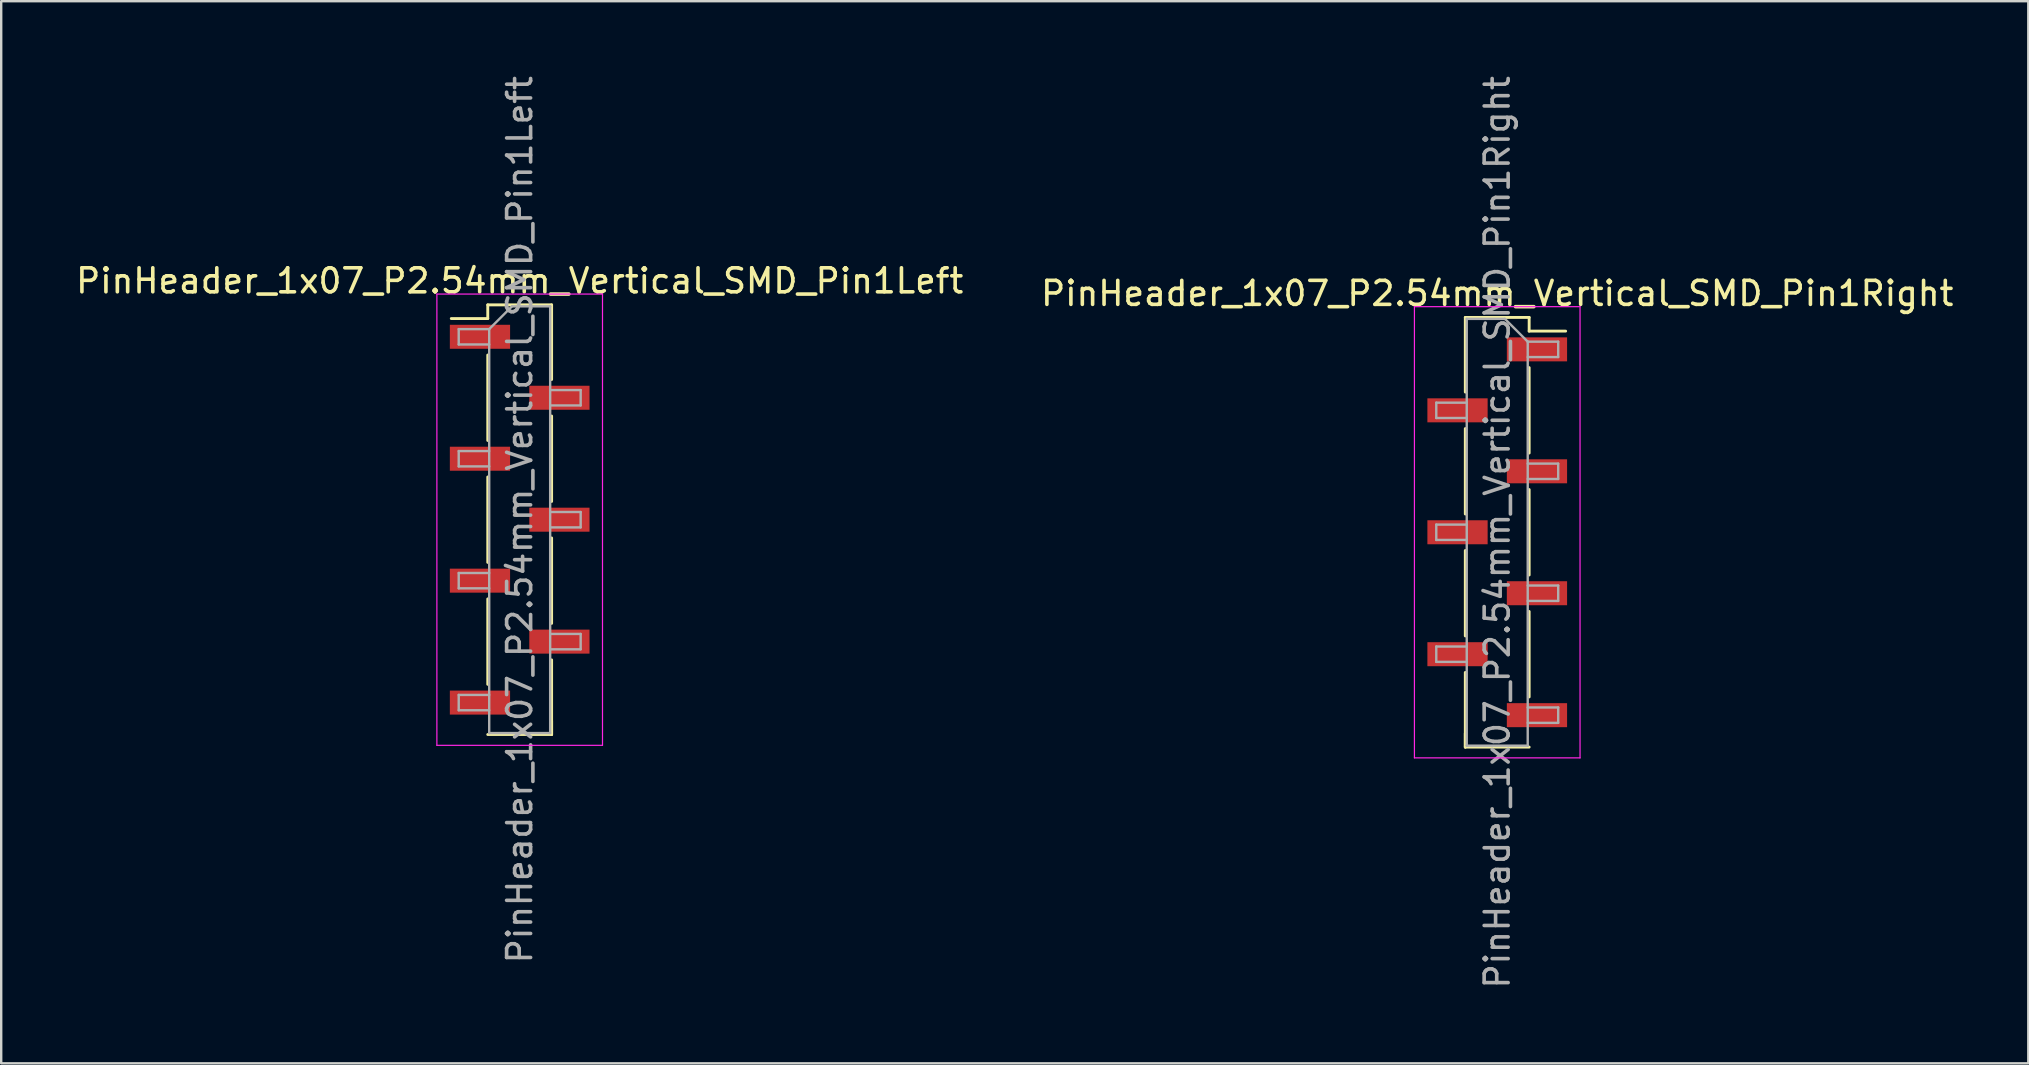
<source format=kicad_pcb>
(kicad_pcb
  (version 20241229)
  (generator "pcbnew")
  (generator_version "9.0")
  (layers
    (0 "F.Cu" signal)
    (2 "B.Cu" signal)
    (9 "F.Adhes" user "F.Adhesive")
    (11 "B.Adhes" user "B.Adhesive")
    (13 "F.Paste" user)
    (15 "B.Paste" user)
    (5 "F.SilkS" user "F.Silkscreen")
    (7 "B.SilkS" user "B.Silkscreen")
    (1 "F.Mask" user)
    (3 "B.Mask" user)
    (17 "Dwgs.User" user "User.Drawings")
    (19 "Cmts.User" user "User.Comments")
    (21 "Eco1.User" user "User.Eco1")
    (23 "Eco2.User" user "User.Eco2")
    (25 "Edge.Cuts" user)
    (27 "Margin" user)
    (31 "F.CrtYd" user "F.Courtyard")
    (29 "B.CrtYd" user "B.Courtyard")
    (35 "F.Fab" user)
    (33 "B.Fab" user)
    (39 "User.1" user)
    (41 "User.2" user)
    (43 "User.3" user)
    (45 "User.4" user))
  (footprint "PinHeader_1x07_P2.54mm_Vertical_SMD_Pin1Left"
    (layer "F.Cu")
    (at 18.601 18.601)
    (property "Reference" "PinHeader_1x07_P2.54mm_Vertical_SMD_Pin1Left" (at 0 -9.95 0) (layer "F.SilkS") (effects (font (size 1 1) (thickness 0.15))))
    (attr smd)
    (fp_line (start -1.33 -8.95) (end -1.33 -8.38) (stroke (width 0.12) (type solid)) (layer "F.SilkS"))
    (fp_line (start -1.33 -8.95) (end 1.33 -8.95) (stroke (width 0.12) (type solid)) (layer "F.SilkS"))
    (fp_line (start -1.33 -8.38) (end -2.85 -8.38) (stroke (width 0.12) (type solid)) (layer "F.SilkS"))
    (fp_line (start -1.33 -6.86) (end -1.33 -3.3) (stroke (width 0.12) (type solid)) (layer "F.SilkS"))
    (fp_line (start -1.33 -1.78) (end -1.33 1.78) (stroke (width 0.12) (type solid)) (layer "F.SilkS"))
    (fp_line (start -1.33 3.3) (end -1.33 6.86) (stroke (width 0.12) (type solid)) (layer "F.SilkS"))
    (fp_line (start -1.33 8.95) (end 1.33 8.95) (stroke (width 0.12) (type solid)) (layer "F.SilkS"))
    (fp_line (start 1.33 -8.95) (end 1.33 -5.84) (stroke (width 0.12) (type solid)) (layer "F.SilkS"))
    (fp_line (start 1.33 -4.32) (end 1.33 -0.76) (stroke (width 0.12) (type solid)) (layer "F.SilkS"))
    (fp_line (start 1.33 0.76) (end 1.33 4.32) (stroke (width 0.12) (type solid)) (layer "F.SilkS"))
    (fp_line (start 1.33 5.84) (end 1.33 8.95) (stroke (width 0.12) (type solid)) (layer "F.SilkS"))
    (fp_line (start 1.33 8.38) (end 1.33 8.95) (stroke (width 0.12) (type solid)) (layer "F.SilkS"))
    (fp_line (start -3.45 -9.4) (end -3.45 9.4) (stroke (width 0.05) (type solid)) (layer "F.CrtYd"))
    (fp_line (start -3.45 9.4) (end 3.45 9.4) (stroke (width 0.05) (type solid)) (layer "F.CrtYd"))
    (fp_line (start 3.45 -9.4) (end -3.45 -9.4) (stroke (width 0.05) (type solid)) (layer "F.CrtYd"))
    (fp_line (start 3.45 9.4) (end 3.45 -9.4) (stroke (width 0.05) (type solid)) (layer "F.CrtYd"))
    (fp_line (start -2.54 -7.94) (end -2.54 -7.3) (stroke (width 0.1) (type solid)) (layer "F.Fab"))
    (fp_line (start -2.54 -7.3) (end -1.27 -7.3) (stroke (width 0.1) (type solid)) (layer "F.Fab"))
    (fp_line (start -2.54 -2.86) (end -2.54 -2.22) (stroke (width 0.1) (type solid)) (layer "F.Fab"))
    (fp_line (start -2.54 -2.22) (end -1.27 -2.22) (stroke (width 0.1) (type solid)) (layer "F.Fab"))
    (fp_line (start -2.54 2.22) (end -2.54 2.86) (stroke (width 0.1) (type solid)) (layer "F.Fab"))
    (fp_line (start -2.54 2.86) (end -1.27 2.86) (stroke (width 0.1) (type solid)) (layer "F.Fab"))
    (fp_line (start -2.54 7.3) (end -2.54 7.94) (stroke (width 0.1) (type solid)) (layer "F.Fab"))
    (fp_line (start -2.54 7.94) (end -1.27 7.94) (stroke (width 0.1) (type solid)) (layer "F.Fab"))
    (fp_line (start -1.27 -7.94) (end -2.54 -7.94) (stroke (width 0.1) (type solid)) (layer "F.Fab"))
    (fp_line (start -1.27 -7.94) (end -0.32 -8.89) (stroke (width 0.1) (type solid)) (layer "F.Fab"))
    (fp_line (start -1.27 -2.86) (end -2.54 -2.86) (stroke (width 0.1) (type solid)) (layer "F.Fab"))
    (fp_line (start -1.27 2.22) (end -2.54 2.22) (stroke (width 0.1) (type solid)) (layer "F.Fab"))
    (fp_line (start -1.27 7.3) (end -2.54 7.3) (stroke (width 0.1) (type solid)) (layer "F.Fab"))
    (fp_line (start -1.27 8.89) (end -1.27 -7.94) (stroke (width 0.1) (type solid)) (layer "F.Fab"))
    (fp_line (start -0.32 -8.89) (end 1.27 -8.89) (stroke (width 0.1) (type solid)) (layer "F.Fab"))
    (fp_line (start 1.27 -8.89) (end 1.27 8.89) (stroke (width 0.1) (type solid)) (layer "F.Fab"))
    (fp_line (start 1.27 -5.4) (end 2.54 -5.4) (stroke (width 0.1) (type solid)) (layer "F.Fab"))
    (fp_line (start 1.27 -0.32) (end 2.54 -0.32) (stroke (width 0.1) (type solid)) (layer "F.Fab"))
    (fp_line (start 1.27 4.76) (end 2.54 4.76) (stroke (width 0.1) (type solid)) (layer "F.Fab"))
    (fp_line (start 1.27 8.89) (end -1.27 8.89) (stroke (width 0.1) (type solid)) (layer "F.Fab"))
    (fp_line (start 2.54 -5.4) (end 2.54 -4.76) (stroke (width 0.1) (type solid)) (layer "F.Fab"))
    (fp_line (start 2.54 -4.76) (end 1.27 -4.76) (stroke (width 0.1) (type solid)) (layer "F.Fab"))
    (fp_line (start 2.54 -0.32) (end 2.54 0.32) (stroke (width 0.1) (type solid)) (layer "F.Fab"))
    (fp_line (start 2.54 0.32) (end 1.27 0.32) (stroke (width 0.1) (type solid)) (layer "F.Fab"))
    (fp_line (start 2.54 4.76) (end 2.54 5.4) (stroke (width 0.1) (type solid)) (layer "F.Fab"))
    (fp_line (start 2.54 5.4) (end 1.27 5.4) (stroke (width 0.1) (type solid)) (layer "F.Fab"))
    (fp_text user "${REFERENCE}" (at 0 0 90) (layer "F.Fab") (effects (font (size 1 1) (thickness 0.15))))
    (pad "1" smd rect (at -1.655 -7.62) (size 2.51 1) (layers "F.Cu" "F.Mask" "F.Paste"))
    (pad "2" smd rect (at 1.655 -5.08) (size 2.51 1) (layers "F.Cu" "F.Mask" "F.Paste"))
    (pad "3" smd rect (at -1.655 -2.54) (size 2.51 1) (layers "F.Cu" "F.Mask" "F.Paste"))
    (pad "4" smd rect (at 1.655 0) (size 2.51 1) (layers "F.Cu" "F.Mask" "F.Paste"))
    (pad "5" smd rect (at -1.655 2.54) (size 2.51 1) (layers "F.Cu" "F.Mask" "F.Paste"))
    (pad "6" smd rect (at 1.655 5.08) (size 2.51 1) (layers "F.Cu" "F.Mask" "F.Paste"))
    (pad "7" smd rect (at -1.655 7.62) (size 2.51 1) (layers "F.Cu" "F.Mask" "F.Paste")))
  (footprint "PinHeader_1x07_P2.54mm_Vertical_SMD_Pin1Right"
    (layer "F.Cu")
    (at 59.327 19.125)
    (property "Reference" "PinHeader_1x07_P2.54mm_Vertical_SMD_Pin1Right" (at 0 -9.95 0) (layer "F.SilkS") (effects (font (size 1 1) (thickness 0.15))))
    (attr smd)
    (fp_line (start -1.33 -8.95) (end -1.33 -5.84) (stroke (width 0.12) (type solid)) (layer "F.SilkS"))
    (fp_line (start -1.33 -8.95) (end 1.33 -8.95) (stroke (width 0.12) (type solid)) (layer "F.SilkS"))
    (fp_line (start -1.33 -4.32) (end -1.33 -0.76) (stroke (width 0.12) (type solid)) (layer "F.SilkS"))
    (fp_line (start -1.33 0.76) (end -1.33 4.32) (stroke (width 0.12) (type solid)) (layer "F.SilkS"))
    (fp_line (start -1.33 5.84) (end -1.33 8.95) (stroke (width 0.12) (type solid)) (layer "F.SilkS"))
    (fp_line (start -1.33 8.38) (end -1.33 8.95) (stroke (width 0.12) (type solid)) (layer "F.SilkS"))
    (fp_line (start -1.33 8.95) (end 1.33 8.95) (stroke (width 0.12) (type solid)) (layer "F.SilkS"))
    (fp_line (start 1.33 -8.95) (end 1.33 -8.38) (stroke (width 0.12) (type solid)) (layer "F.SilkS"))
    (fp_line (start 1.33 -8.38) (end 2.85 -8.38) (stroke (width 0.12) (type solid)) (layer "F.SilkS"))
    (fp_line (start 1.33 -6.86) (end 1.33 -3.3) (stroke (width 0.12) (type solid)) (layer "F.SilkS"))
    (fp_line (start 1.33 -1.78) (end 1.33 1.78) (stroke (width 0.12) (type solid)) (layer "F.SilkS"))
    (fp_line (start 1.33 3.3) (end 1.33 6.86) (stroke (width 0.12) (type solid)) (layer "F.SilkS"))
    (fp_line (start -3.45 -9.4) (end -3.45 9.4) (stroke (width 0.05) (type solid)) (layer "F.CrtYd"))
    (fp_line (start -3.45 9.4) (end 3.45 9.4) (stroke (width 0.05) (type solid)) (layer "F.CrtYd"))
    (fp_line (start 3.45 -9.4) (end -3.45 -9.4) (stroke (width 0.05) (type solid)) (layer "F.CrtYd"))
    (fp_line (start 3.45 9.4) (end 3.45 -9.4) (stroke (width 0.05) (type solid)) (layer "F.CrtYd"))
    (fp_line (start -2.54 -5.4) (end -2.54 -4.76) (stroke (width 0.1) (type solid)) (layer "F.Fab"))
    (fp_line (start -2.54 -4.76) (end -1.27 -4.76) (stroke (width 0.1) (type solid)) (layer "F.Fab"))
    (fp_line (start -2.54 -0.32) (end -2.54 0.32) (stroke (width 0.1) (type solid)) (layer "F.Fab"))
    (fp_line (start -2.54 0.32) (end -1.27 0.32) (stroke (width 0.1) (type solid)) (layer "F.Fab"))
    (fp_line (start -2.54 4.76) (end -2.54 5.4) (stroke (width 0.1) (type solid)) (layer "F.Fab"))
    (fp_line (start -2.54 5.4) (end -1.27 5.4) (stroke (width 0.1) (type solid)) (layer "F.Fab"))
    (fp_line (start -1.27 -8.89) (end -1.27 8.89) (stroke (width 0.1) (type solid)) (layer "F.Fab"))
    (fp_line (start -1.27 -8.89) (end 0.32 -8.89) (stroke (width 0.1) (type solid)) (layer "F.Fab"))
    (fp_line (start -1.27 -5.4) (end -2.54 -5.4) (stroke (width 0.1) (type solid)) (layer "F.Fab"))
    (fp_line (start -1.27 -0.32) (end -2.54 -0.32) (stroke (width 0.1) (type solid)) (layer "F.Fab"))
    (fp_line (start -1.27 4.76) (end -2.54 4.76) (stroke (width 0.1) (type solid)) (layer "F.Fab"))
    (fp_line (start 1.27 -7.94) (end 0.32 -8.89) (stroke (width 0.1) (type solid)) (layer "F.Fab"))
    (fp_line (start 1.27 -7.94) (end 2.54 -7.94) (stroke (width 0.1) (type solid)) (layer "F.Fab"))
    (fp_line (start 1.27 -2.86) (end 2.54 -2.86) (stroke (width 0.1) (type solid)) (layer "F.Fab"))
    (fp_line (start 1.27 2.22) (end 2.54 2.22) (stroke (width 0.1) (type solid)) (layer "F.Fab"))
    (fp_line (start 1.27 7.3) (end 2.54 7.3) (stroke (width 0.1) (type solid)) (layer "F.Fab"))
    (fp_line (start 1.27 8.89) (end -1.27 8.89) (stroke (width 0.1) (type solid)) (layer "F.Fab"))
    (fp_line (start 1.27 8.89) (end 1.27 -7.94) (stroke (width 0.1) (type solid)) (layer "F.Fab"))
    (fp_line (start 2.54 -7.94) (end 2.54 -7.3) (stroke (width 0.1) (type solid)) (layer "F.Fab"))
    (fp_line (start 2.54 -7.3) (end 1.27 -7.3) (stroke (width 0.1) (type solid)) (layer "F.Fab"))
    (fp_line (start 2.54 -2.86) (end 2.54 -2.22) (stroke (width 0.1) (type solid)) (layer "F.Fab"))
    (fp_line (start 2.54 -2.22) (end 1.27 -2.22) (stroke (width 0.1) (type solid)) (layer "F.Fab"))
    (fp_line (start 2.54 2.22) (end 2.54 2.86) (stroke (width 0.1) (type solid)) (layer "F.Fab"))
    (fp_line (start 2.54 2.86) (end 1.27 2.86) (stroke (width 0.1) (type solid)) (layer "F.Fab"))
    (fp_line (start 2.54 7.3) (end 2.54 7.94) (stroke (width 0.1) (type solid)) (layer "F.Fab"))
    (fp_line (start 2.54 7.94) (end 1.27 7.94) (stroke (width 0.1) (type solid)) (layer "F.Fab"))
    (fp_text user "${REFERENCE}" (at 0 0 90) (layer "F.Fab") (effects (font (size 1 1) (thickness 0.15))))
    (pad "1" smd rect (at 1.655 -7.62) (size 2.51 1) (layers "F.Cu" "F.Mask" "F.Paste"))
    (pad "2" smd rect (at -1.655 -5.08) (size 2.51 1) (layers "F.Cu" "F.Mask" "F.Paste"))
    (pad "3" smd rect (at 1.655 -2.54) (size 2.51 1) (layers "F.Cu" "F.Mask" "F.Paste"))
    (pad "4" smd rect (at -1.655 0) (size 2.51 1) (layers "F.Cu" "F.Mask" "F.Paste"))
    (pad "5" smd rect (at 1.655 2.54) (size 2.51 1) (layers "F.Cu" "F.Mask" "F.Paste"))
    (pad "6" smd rect (at -1.655 5.08) (size 2.51 1) (layers "F.Cu" "F.Mask" "F.Paste"))
    (pad "7" smd rect (at 1.655 7.62) (size 2.51 1) (layers "F.Cu" "F.Mask" "F.Paste")))
  (gr_rect
    (start -3 -3)
    (end 81.452 41.25)
    (stroke (width 0.1) (type default))
    (fill no)
    (layer "Edge.Cuts")))
</source>
